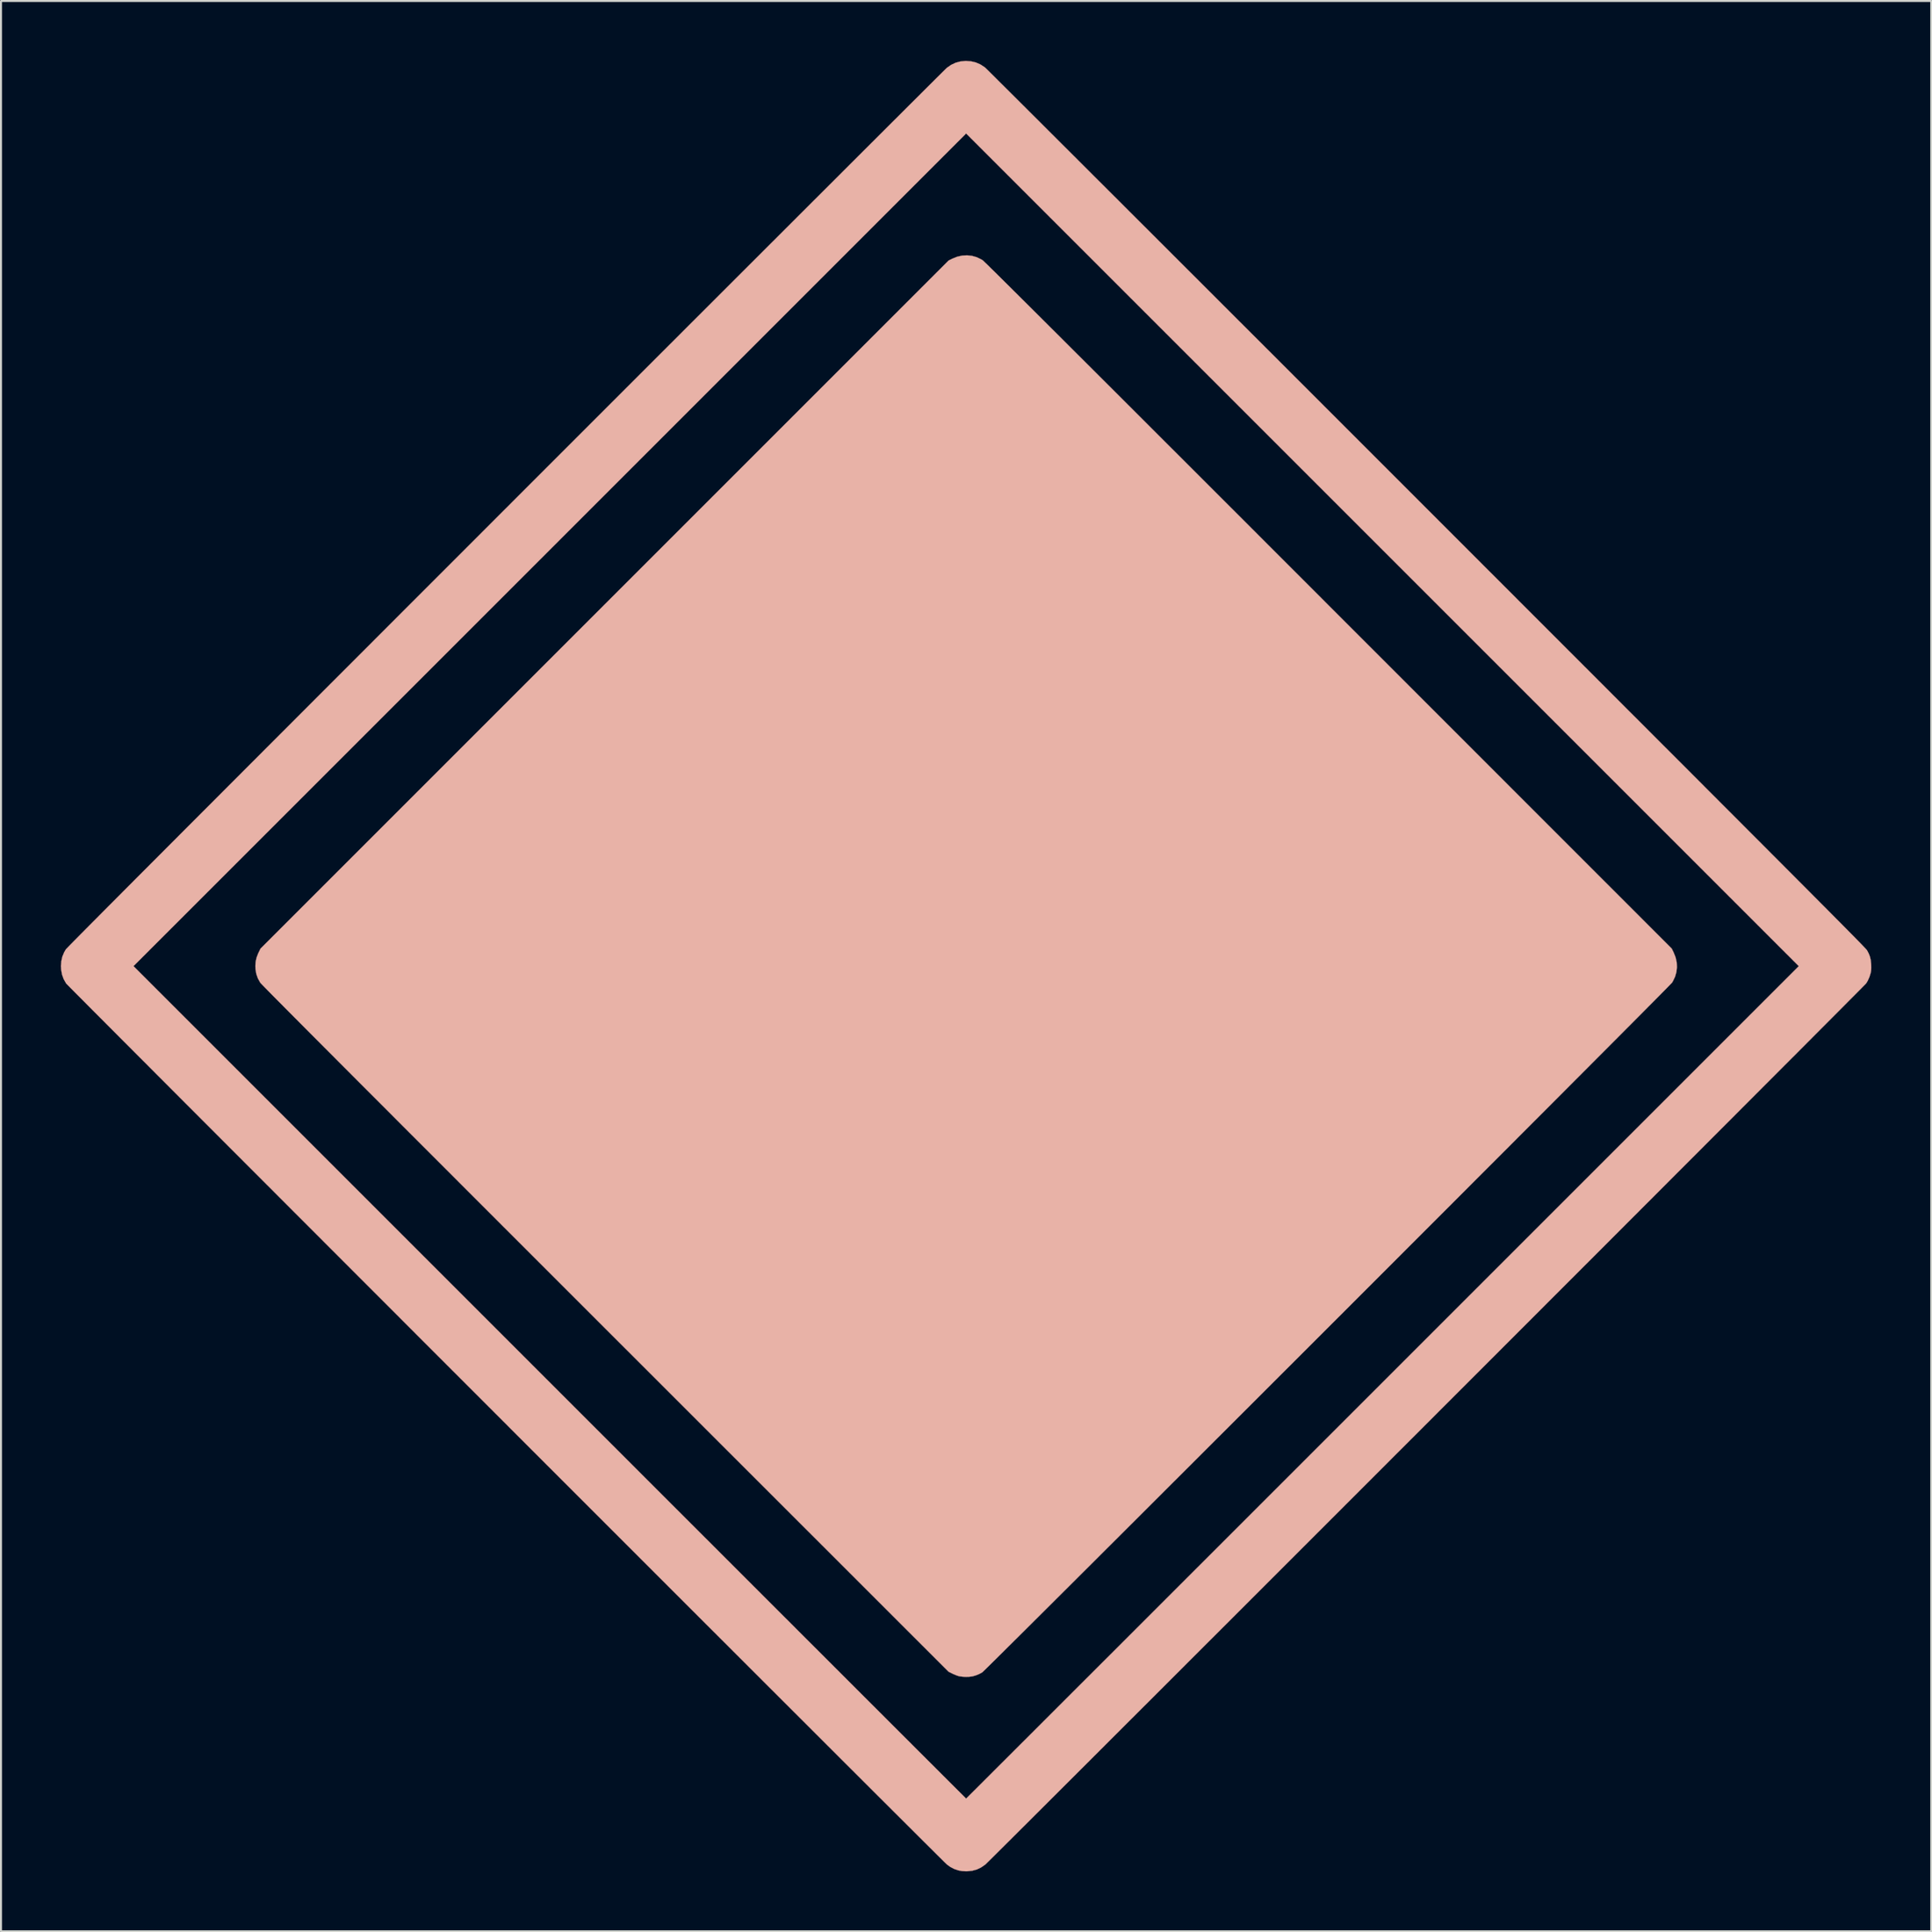
<source format=kicad_pcb>
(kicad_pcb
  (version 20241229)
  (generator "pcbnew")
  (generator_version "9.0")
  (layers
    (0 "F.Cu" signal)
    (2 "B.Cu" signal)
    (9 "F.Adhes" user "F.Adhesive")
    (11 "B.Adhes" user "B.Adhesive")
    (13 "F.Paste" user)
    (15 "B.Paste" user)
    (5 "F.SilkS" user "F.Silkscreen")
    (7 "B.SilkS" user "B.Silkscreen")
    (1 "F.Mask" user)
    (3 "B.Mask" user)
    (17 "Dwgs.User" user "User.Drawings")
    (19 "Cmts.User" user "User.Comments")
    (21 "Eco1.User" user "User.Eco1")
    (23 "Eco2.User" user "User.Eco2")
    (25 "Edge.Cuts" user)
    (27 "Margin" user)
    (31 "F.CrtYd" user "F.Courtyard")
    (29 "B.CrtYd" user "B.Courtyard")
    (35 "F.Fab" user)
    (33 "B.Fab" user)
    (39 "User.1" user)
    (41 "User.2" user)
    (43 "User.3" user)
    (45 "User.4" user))
  (footprint "B.SilkS_g1801"
    (layer "F.Cu")
    (at 45.344 45.344)
    (property "Reference" "B.SilkS_g1801" (at 0 0 0) (layer "F.SilkS") (effects (font (size 1.524 1.524) (thickness 0.3))))
    (attr through_hole)
    (fp_poly (pts (xy 0.293 -35.577) (xy 0.528 -35.51) (xy 0.754 -35.402) (xy 0.826 -35.358) (xy 0.841 -35.345) (xy 0.874 -35.315) (xy 0.923 -35.268) (xy 0.99 -35.203) (xy 1.075 -35.121) (xy 1.177 -35.02) (xy 1.298 -34.901) (xy 1.438 -34.764) (xy 1.597 -34.607) (xy 1.775 -34.43) (xy 1.973 -34.234) (xy 2.191 -34.018) (xy 2.429 -33.781) (xy 2.688 -33.524) (xy 2.968 -33.245) (xy 3.27 -32.945) (xy 3.593 -32.623) (xy 3.938 -32.279) (xy 4.306 -31.912) (xy 4.697 -31.523) (xy 5.11 -31.11) (xy 5.547 -30.674) (xy 6.008 -30.214) (xy 6.492 -29.731) (xy 7.002 -29.222) (xy 7.536 -28.689) (xy 8.095 -28.13) (xy 8.679 -27.547) (xy 9.289 -26.937) (xy 9.925 -26.301) (xy 10.588 -25.639) (xy 11.278 -24.949) (xy 11.994 -24.233) (xy 12.738 -23.489) (xy 13.51 -22.718) (xy 14.31 -21.918) (xy 15.138 -21.089) (xy 15.995 -20.232) (xy 16.881 -19.346) (xy 17.797 -18.43) (xy 18.153 -18.073) (xy 35.344 -0.878) (xy 35.442 -0.677) (xy 35.537 -0.437) (xy 35.591 -0.193) (xy 35.604 0.051) (xy 35.577 0.293) (xy 35.51 0.528) (xy 35.402 0.754) (xy 35.358 0.826) (xy 35.339 0.847) (xy 35.29 0.898) (xy 35.213 0.977) (xy 35.109 1.084) (xy 34.977 1.218) (xy 34.818 1.378) (xy 34.635 1.564) (xy 34.426 1.775) (xy 34.193 2.009) (xy 33.937 2.267) (xy 33.658 2.548) (xy 33.357 2.851) (xy 33.035 3.174) (xy 32.692 3.519) (xy 32.329 3.883) (xy 31.948 4.266) (xy 31.547 4.667) (xy 31.13 5.086) (xy 30.695 5.522) (xy 30.244 5.974) (xy 29.778 6.442) (xy 29.297 6.924) (xy 28.802 7.42) (xy 28.293 7.929) (xy 27.772 8.451) (xy 27.24 8.985) (xy 26.696 9.53) (xy 26.141 10.085) (xy 25.577 10.649) (xy 25.004 11.223) (xy 24.423 11.805) (xy 23.834 12.394) (xy 23.239 12.99) (xy 22.637 13.592) (xy 22.03 14.199) (xy 21.419 14.811) (xy 20.803 15.427) (xy 20.184 16.046) (xy 19.563 16.667) (xy 18.941 17.29) (xy 18.317 17.913) (xy 17.693 18.537) (xy 17.069 19.161) (xy 16.447 19.783) (xy 15.826 20.403) (xy 15.208 21.021) (xy 14.594 21.635) (xy 13.983 22.245) (xy 13.377 22.85) (xy 12.777 23.45) (xy 12.183 24.043) (xy 11.596 24.63) (xy 11.017 25.208) (xy 10.446 25.778) (xy 9.884 26.339) (xy 9.332 26.89) (xy 8.791 27.431) (xy 8.261 27.96) (xy 7.743 28.477) (xy 7.238 28.981) (xy 6.746 29.471) (xy 6.269 29.948) (xy 5.806 30.409) (xy 5.359 30.855) (xy 4.929 31.284) (xy 4.515 31.696) (xy 4.12 32.09) (xy 3.742 32.466) (xy 3.385 32.822) (xy 3.047 33.158) (xy 2.73 33.474) (xy 2.434 33.767) (xy 2.16 34.039) (xy 1.91 34.288) (xy 1.683 34.513) (xy 1.48 34.714) (xy 1.303 34.889) (xy 1.151 35.039) (xy 1.025 35.162) (xy 0.927 35.258) (xy 0.857 35.326) (xy 0.816 35.365) (xy 0.804 35.375) (xy 0.65 35.458) (xy 0.48 35.527) (xy 0.315 35.574) (xy 0.287 35.579) (xy 0.15 35.595) (xy -0.008 35.6) (xy -0.169 35.593) (xy -0.312 35.575) (xy -0.339 35.57) (xy -0.419 35.547) (xy -0.521 35.51) (xy -0.627 35.466) (xy -0.677 35.442) (xy -0.878 35.344) (xy -18.073 18.154) (xy -19 17.227) (xy -19.898 16.329) (xy -20.766 15.461) (xy -21.606 14.622) (xy -22.416 13.811) (xy -23.199 13.029) (xy -23.953 12.274) (xy -24.68 11.547) (xy -25.38 10.847) (xy -26.052 10.174) (xy -26.698 9.528) (xy -27.318 8.908) (xy -27.912 8.314) (xy -28.48 7.745) (xy -29.022 7.201) (xy -29.54 6.683) (xy -30.034 6.189) (xy -30.503 5.719) (xy -30.948 5.273) (xy -31.369 4.851) (xy -31.767 4.451) (xy -32.143 4.075) (xy -32.495 3.721) (xy -32.826 3.39) (xy -33.134 3.08) (xy -33.421 2.792) (xy -33.686 2.525) (xy -33.931 2.279) (xy -34.155 2.053) (xy -34.359 1.847) (xy -34.543 1.662) (xy -34.707 1.496) (xy -34.852 1.349) (xy -34.978 1.221) (xy -35.085 1.111) (xy -35.174 1.02) (xy -35.246 0.946) (xy -35.299 0.89) (xy -35.336 0.851) (xy -35.355 0.829) (xy -35.358 0.826) (xy -35.476 0.613) (xy -35.554 0.393) (xy -35.595 0.159) (xy -35.602 -0.009) (xy -35.588 -0.219) (xy -35.545 -0.417) (xy -35.47 -0.617) (xy -35.442 -0.677) (xy -35.344 -0.878) (xy -0.878 -35.344) (xy -0.677 -35.442) (xy -0.437 -35.537) (xy -0.193 -35.591) (xy 0.051 -35.604) (xy 0.293 -35.577)) (stroke (width 0.01) (type solid)) (fill yes) (layer "B.SilkS"))
    (fp_poly (pts (xy 0.253 -45.32) (xy 0.489 -45.263) (xy 0.71 -45.167) (xy 0.921 -45.031) (xy 0.959 -45.001) (xy 0.979 -44.981) (xy 1.029 -44.933) (xy 1.108 -44.855) (xy 1.215 -44.749) (xy 1.35 -44.615) (xy 1.512 -44.453) (xy 1.701 -44.265) (xy 1.916 -44.051) (xy 2.157 -43.811) (xy 2.424 -43.546) (xy 2.714 -43.256) (xy 3.029 -42.942) (xy 3.368 -42.604) (xy 3.729 -42.244) (xy 4.113 -41.86) (xy 4.519 -41.455) (xy 4.947 -41.028) (xy 5.396 -40.58) (xy 5.865 -40.112) (xy 6.353 -39.624) (xy 6.862 -39.116) (xy 7.389 -38.59) (xy 7.934 -38.045) (xy 8.497 -37.483) (xy 9.078 -36.903) (xy 9.675 -36.306) (xy 10.288 -35.693) (xy 10.917 -35.064) (xy 11.562 -34.421) (xy 12.221 -33.762) (xy 12.893 -33.09) (xy 13.58 -32.403) (xy 14.28 -31.704) (xy 14.992 -30.992) (xy 15.716 -30.269) (xy 16.451 -29.533) (xy 17.198 -28.787) (xy 17.954 -28.03) (xy 18.721 -27.264) (xy 19.497 -26.488) (xy 20.282 -25.703) (xy 21.075 -24.91) (xy 21.876 -24.109) (xy 22.684 -23.3) (xy 23.074 -22.91) (xy 24.063 -21.921) (xy 25.022 -20.962) (xy 25.952 -20.031) (xy 26.854 -19.13) (xy 27.727 -18.256) (xy 28.573 -17.41) (xy 29.391 -16.592) (xy 30.182 -15.8) (xy 30.947 -15.035) (xy 31.686 -14.296) (xy 32.399 -13.582) (xy 33.087 -12.893) (xy 33.751 -12.23) (xy 34.39 -11.59) (xy 35.005 -10.974) (xy 35.597 -10.382) (xy 36.167 -9.812) (xy 36.713 -9.265) (xy 37.237 -8.74) (xy 37.74 -8.236) (xy 38.222 -7.754) (xy 38.683 -7.293) (xy 39.123 -6.851) (xy 39.544 -6.43) (xy 39.945 -6.028) (xy 40.327 -5.645) (xy 40.691 -5.281) (xy 41.036 -4.934) (xy 41.364 -4.606) (xy 41.674 -4.294) (xy 41.968 -4) (xy 42.245 -3.721) (xy 42.506 -3.459) (xy 42.752 -3.212) (xy 42.983 -2.98) (xy 43.199 -2.763) (xy 43.4 -2.56) (xy 43.588 -2.37) (xy 43.763 -2.194) (xy 43.925 -2.031) (xy 44.074 -1.88) (xy 44.211 -1.741) (xy 44.337 -1.614) (xy 44.451 -1.498) (xy 44.555 -1.392) (xy 44.648 -1.297) (xy 44.732 -1.211) (xy 44.806 -1.135) (xy 44.871 -1.068) (xy 44.928 -1.009) (xy 44.976 -0.958) (xy 45.017 -0.915) (xy 45.051 -0.879) (xy 45.078 -0.849) (xy 45.098 -0.826) (xy 45.113 -0.809) (xy 45.122 -0.797) (xy 45.125 -0.793) (xy 45.212 -0.628) (xy 45.272 -0.472) (xy 45.31 -0.311) (xy 45.33 -0.13) (xy 45.334 -0.068) (xy 45.337 0.066) (xy 45.334 0.17) (xy 45.325 0.259) (xy 45.307 0.345) (xy 45.307 0.345) (xy 45.245 0.544) (xy 45.158 0.737) (xy 45.084 0.861) (xy 45.067 0.88) (xy 45.02 0.928) (xy 44.944 1.005) (xy 44.841 1.11) (xy 44.71 1.242) (xy 44.552 1.401) (xy 44.368 1.586) (xy 44.159 1.796) (xy 43.925 2.032) (xy 43.667 2.291) (xy 43.385 2.574) (xy 43.08 2.88) (xy 42.753 3.208) (xy 42.404 3.558) (xy 42.035 3.929) (xy 41.645 4.32) (xy 41.235 4.73) (xy 40.806 5.16) (xy 40.359 5.608) (xy 39.893 6.074) (xy 39.411 6.558) (xy 38.912 7.057) (xy 38.398 7.573) (xy 37.868 8.104) (xy 37.323 8.649) (xy 36.765 9.208) (xy 36.193 9.781) (xy 35.608 10.366) (xy 35.011 10.964) (xy 34.403 11.573) (xy 33.784 12.192) (xy 33.155 12.822) (xy 32.517 13.461) (xy 31.87 14.109) (xy 31.214 14.765) (xy 30.551 15.429) (xy 29.881 16.099) (xy 29.204 16.776) (xy 28.522 17.459) (xy 27.835 18.146) (xy 27.143 18.838) (xy 26.448 19.534) (xy 25.75 20.233) (xy 25.049 20.934) (xy 24.346 21.637) (xy 23.642 22.341) (xy 22.938 23.046) (xy 22.233 23.751) (xy 21.529 24.454) (xy 20.827 25.157) (xy 20.127 25.857) (xy 19.429 26.555) (xy 18.734 27.25) (xy 18.044 27.94) (xy 17.358 28.626) (xy 16.677 29.307) (xy 16.002 29.982) (xy 15.333 30.651) (xy 14.672 31.312) (xy 14.018 31.966) (xy 13.373 32.611) (xy 12.737 33.247) (xy 12.11 33.873) (xy 11.494 34.489) (xy 10.888 35.094) (xy 10.294 35.688) (xy 9.713 36.269) (xy 9.144 36.838) (xy 8.589 37.392) (xy 8.047 37.933) (xy 7.521 38.459) (xy 7.01 38.969) (xy 6.515 39.464) (xy 6.037 39.942) (xy 5.576 40.402) (xy 5.133 40.844) (xy 4.708 41.268) (xy 4.303 41.672) (xy 3.918 42.057) (xy 3.553 42.421) (xy 3.21 42.764) (xy 2.888 43.084) (xy 2.588 43.383) (xy 2.312 43.658) (xy 2.059 43.91) (xy 1.831 44.137) (xy 1.628 44.339) (xy 1.45 44.516) (xy 1.299 44.666) (xy 1.174 44.79) (xy 1.077 44.885) (xy 1.009 44.953) (xy 0.969 44.992) (xy 0.959 45.001) (xy 0.752 45.144) (xy 0.537 45.247) (xy 0.308 45.31) (xy 0.061 45.337) (xy -0.009 45.338) (xy -0.21 45.326) (xy -0.381 45.295) (xy -0.6 45.221) (xy -0.802 45.114) (xy -0.959 45.001) (xy -0.98 44.98) (xy -1.031 44.931) (xy -1.111 44.853) (xy -1.218 44.746) (xy -1.353 44.613) (xy -1.514 44.453) (xy -1.701 44.266) (xy -1.914 44.055) (xy -2.152 43.818) (xy -2.413 43.558) (xy -2.698 43.273) (xy -3.006 42.966) (xy -3.336 42.637) (xy -3.688 42.286) (xy -4.06 41.915) (xy -4.453 41.523) (xy -4.866 41.111) (xy -5.297 40.68) (xy -5.747 40.231) (xy -6.215 39.764) (xy -6.699 39.28) (xy -7.2 38.779) (xy -7.717 38.263) (xy -8.249 37.731) (xy -8.796 37.185) (xy -9.356 36.625) (xy -9.93 36.052) (xy -10.516 35.466) (xy -11.115 34.868) (xy -11.724 34.259) (xy -12.344 33.639) (xy -12.975 33.009) (xy -13.615 32.369) (xy -14.263 31.721) (xy -14.92 31.064) (xy -15.584 30.4) (xy -16.255 29.729) (xy -16.932 29.052) (xy -17.615 28.369) (xy -18.303 27.681) (xy -18.995 26.989) (xy -19.691 26.293) (xy -20.39 25.594) (xy -21.091 24.893) (xy -21.794 24.19) (xy -22.498 23.486) (xy -23.202 22.781) (xy -23.907 22.076) (xy -24.61 21.372) (xy -25.313 20.67) (xy -26.013 19.97) (xy -26.71 19.272) (xy -27.404 18.578) (xy -28.094 17.887) (xy -28.779 17.201) (xy -29.459 16.521) (xy -30.133 15.846) (xy -30.801 15.178) (xy -31.461 14.517) (xy -32.114 13.864) (xy -32.758 13.219) (xy -33.393 12.584) (xy -34.018 11.958) (xy -34.633 11.342) (xy -35.237 10.738) (xy -35.829 10.145) (xy -36.409 9.564) (xy -36.976 8.997) (xy -37.53 8.442) (xy -38.069 7.902) (xy -38.593 7.377) (xy -39.102 6.868) (xy -39.595 6.374) (xy -40.07 5.897) (xy -40.529 5.438) (xy -40.969 4.996) (xy -41.391 4.574) (xy -41.794 4.17) (xy -42.176 3.787) (xy -42.538 3.424) (xy -42.879 3.082) (xy -43.197 2.762) (xy -43.494 2.465) (xy -43.767 2.191) (xy -44.016 1.94) (xy -44.241 1.714) (xy -44.44 1.513) (xy -44.615 1.338) (xy -44.762 1.189) (xy -44.883 1.067) (xy -44.976 0.973) (xy -45.041 0.907) (xy -45.077 0.87) (xy -45.084 0.861) (xy -45.205 0.646) (xy -45.287 0.42) (xy -45.33 0.177) (xy -45.339 -0.000003) (xy -41.709 -0.000003) (xy -20.86 20.849) (xy -20.07 21.639) (xy -19.287 22.422) (xy -18.512 23.197) (xy -17.745 23.963) (xy -16.987 24.721) (xy -16.239 25.47) (xy -15.5 26.209) (xy -14.772 26.937) (xy -14.054 27.654) (xy -13.348 28.36) (xy -12.654 29.054) (xy -11.973 29.735) (xy -11.304 30.403) (xy -10.65 31.058) (xy -10.009 31.698) (xy -9.383 32.324) (xy -8.772 32.934) (xy -8.178 33.529) (xy -7.599 34.107) (xy -7.037 34.669) (xy -6.493 35.213) (xy -5.967 35.739) (xy -5.459 36.247) (xy -4.97 36.736) (xy -4.5 37.205) (xy -4.051 37.654) (xy -3.622 38.082) (xy -3.214 38.49) (xy -2.828 38.875) (xy -2.465 39.239) (xy -2.124 39.579) (xy -1.806 39.897) (xy -1.512 40.19) (xy -1.243 40.459) (xy -0.998 40.704) (xy -0.779 40.922) (xy -0.586 41.115) (xy -0.419 41.281) (xy -0.279 41.421) (xy -0.167 41.532) (xy -0.083 41.616) (xy -0.028 41.671) (xy -0.002 41.696) (xy 0 41.698) (xy 0.015 41.683) (xy 0.06 41.639) (xy 0.133 41.566) (xy 0.235 41.465) (xy 0.365 41.335) (xy 0.522 41.179) (xy 0.705 40.996) (xy 0.915 40.786) (xy 1.151 40.551) (xy 1.411 40.291) (xy 1.696 40.006) (xy 2.005 39.698) (xy 2.338 39.365) (xy 2.693 39.01) (xy 3.071 38.633) (xy 3.471 38.233) (xy 3.892 37.812) (xy 4.334 37.371) (xy 4.796 36.909) (xy 5.278 36.427) (xy 5.779 35.926) (xy 6.299 35.407) (xy 6.837 34.869) (xy 7.393 34.314) (xy 7.965 33.742) (xy 8.554 33.153) (xy 9.159 32.548) (xy 9.779 31.928) (xy 10.415 31.293) (xy 11.064 30.643) (xy 11.728 29.98) (xy 12.404 29.304) (xy 13.094 28.614) (xy 13.796 27.913) (xy 14.509 27.199) (xy 15.233 26.475) (xy 15.969 25.74) (xy 16.714 24.995) (xy 17.468 24.24) (xy 18.232 23.477) (xy 19.004 22.705) (xy 19.784 21.925) (xy 20.571 21.138) (xy 20.86 20.849) (xy 41.709 -0.000003) (xy 0 -41.709) (xy -20.854 -20.854) (xy -41.709 -0.000003) (xy -45.339 -0.000003) (xy -45.339 -0.002) (xy -45.322 -0.249) (xy -45.27 -0.476) (xy -45.18 -0.692) (xy -45.097 -0.836) (xy -45.082 -0.854) (xy -45.044 -0.893) (xy -44.984 -0.955) (xy -44.902 -1.04) (xy -44.797 -1.147) (xy -44.669 -1.277) (xy -44.517 -1.43) (xy -44.343 -1.607) (xy -44.144 -1.807) (xy -43.922 -2.031) (xy -43.676 -2.278) (xy -43.406 -2.55) (xy -43.112 -2.846) (xy -42.793 -3.166) (xy -42.449 -3.511) (xy -42.081 -3.881) (xy -41.688 -4.276) (xy -41.269 -4.696) (xy -40.825 -5.141) (xy -40.355 -5.612) (xy -39.859 -6.109) (xy -39.338 -6.632) (xy -38.79 -7.181) (xy -38.216 -7.756) (xy -37.615 -8.357) (xy -36.988 -8.986) (xy -36.334 -9.641) (xy -35.652 -10.323) (xy -34.944 -11.033) (xy -34.207 -11.77) (xy -33.443 -12.535) (xy -32.652 -13.327) (xy -31.832 -14.148) (xy -30.984 -14.996) (xy -30.107 -15.873) (xy -29.202 -16.779) (xy -28.268 -17.714) (xy -27.305 -18.677) (xy -26.313 -19.669) (xy -25.291 -20.691) (xy -24.24 -21.743) (xy -23.16 -22.824) (xy -23.063 -22.92) (xy -22.252 -23.732) (xy -21.448 -24.536) (xy -20.651 -25.333) (xy -19.862 -26.122) (xy -19.082 -26.902) (xy -18.311 -27.673) (xy -17.55 -28.434) (xy -16.799 -29.185) (xy -16.058 -29.926) (xy -15.329 -30.655) (xy -14.611 -31.372) (xy -13.906 -32.078) (xy -13.213 -32.77) (xy -12.534 -33.449) (xy -11.868 -34.114) (xy -11.217 -34.765) (xy -10.581 -35.4) (xy -9.96 -36.021) (xy -9.355 -36.625) (xy -8.767 -37.213) (xy -8.196 -37.784) (xy -7.642 -38.337) (xy -7.106 -38.872) (xy -6.589 -39.388) (xy -6.091 -39.886) (xy -5.613 -40.363) (xy -5.155 -40.821) (xy -4.717 -41.258) (xy -4.301 -41.673) (xy -3.907 -42.067) (xy -3.534 -42.438) (xy -3.185 -42.787) (xy -2.859 -43.112) (xy -2.557 -43.413) (xy -2.279 -43.69) (xy -2.026 -43.942) (xy -1.799 -44.168) (xy -1.598 -44.369) (xy -1.423 -44.542) (xy -1.275 -44.689) (xy -1.155 -44.808) (xy -1.062 -44.9) (xy -0.999 -44.962) (xy -0.964 -44.995) (xy -0.959 -45.001) (xy -0.75 -45.145) (xy -0.531 -45.249) (xy -0.298 -45.313) (xy -0.048 -45.338) (xy 0 -45.339) (xy 0.253 -45.32)) (stroke (width 0.01) (type solid)) (fill yes) (layer "B.SilkS")))
  (gr_rect
    (start -3 -3)
    (end 93.686 93.687)
    (stroke (width 0.1) (type default))
    (fill no)
    (layer "Edge.Cuts")))
</source>
